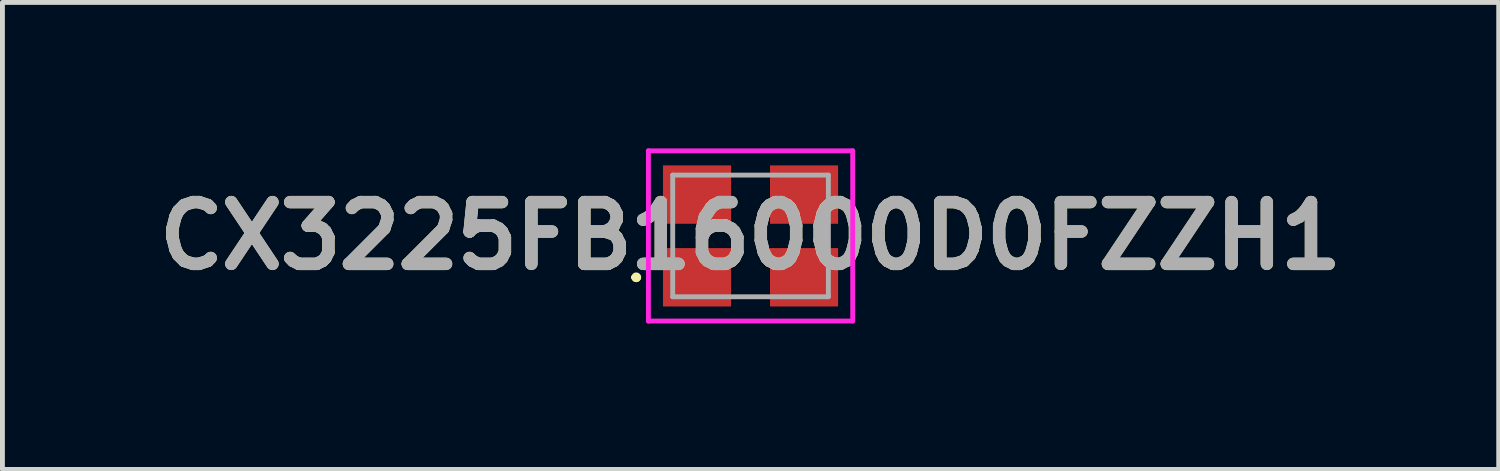
<source format=kicad_pcb>
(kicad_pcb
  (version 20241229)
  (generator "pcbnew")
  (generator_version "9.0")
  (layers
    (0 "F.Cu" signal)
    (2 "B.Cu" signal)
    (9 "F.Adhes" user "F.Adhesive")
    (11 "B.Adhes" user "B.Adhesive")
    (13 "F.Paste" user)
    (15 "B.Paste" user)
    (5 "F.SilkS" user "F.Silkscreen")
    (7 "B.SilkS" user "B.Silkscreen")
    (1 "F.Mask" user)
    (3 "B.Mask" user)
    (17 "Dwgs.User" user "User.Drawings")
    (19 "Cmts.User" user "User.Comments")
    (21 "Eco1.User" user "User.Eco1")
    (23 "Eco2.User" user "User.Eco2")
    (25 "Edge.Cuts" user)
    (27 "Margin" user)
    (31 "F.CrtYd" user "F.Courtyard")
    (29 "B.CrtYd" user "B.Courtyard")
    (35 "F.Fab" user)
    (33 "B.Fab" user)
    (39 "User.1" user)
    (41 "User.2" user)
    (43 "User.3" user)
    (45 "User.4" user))
  (footprint "CX3225FB16000D0FZZH1"
    (layer "F.Cu")
    (at 12.379 1.8)
    (property "Reference" "CX3225FB16000D0FZZH1" (at 0 0 0) (layer "F.SilkS") (effects (font (size 1.27 1.27) (thickness 0.254))))
    (attr smd)
    (fp_line (start -2.4 0.85) (end -2.4 0.85) (stroke (width 0.1) (type solid)) (layer "F.SilkS"))
    (fp_line (start -2.4 0.85) (end -2.4 0.85) (stroke (width 0.1) (type solid)) (layer "F.SilkS"))
    (fp_line (start -2.3 0.85) (end -2.3 0.85) (stroke (width 0.1) (type solid)) (layer "F.SilkS"))
    (fp_arc (start -2.4 0.85) (mid -2.35 0.8) (end -2.3 0.85) (stroke (width 0.1) (type solid)) (layer "F.SilkS"))
    (fp_arc (start -2.3 0.85) (mid -2.35 0.9) (end -2.4 0.85) (stroke (width 0.1) (type solid)) (layer "F.SilkS"))
    (fp_arc (start -2.3 0.85) (mid -2.35 0.9) (end -2.4 0.85) (stroke (width 0.1) (type solid)) (layer "F.SilkS"))
    (fp_line (start -2.1 -1.75) (end 2.1 -1.75) (stroke (width 0.1) (type solid)) (layer "F.CrtYd"))
    (fp_line (start -2.1 1.75) (end -2.1 -1.75) (stroke (width 0.1) (type solid)) (layer "F.CrtYd"))
    (fp_line (start 2.1 -1.75) (end 2.1 1.75) (stroke (width 0.1) (type solid)) (layer "F.CrtYd"))
    (fp_line (start 2.1 1.75) (end -2.1 1.75) (stroke (width 0.1) (type solid)) (layer "F.CrtYd"))
    (fp_line (start -1.6 -1.25) (end -1.6 1.25) (stroke (width 0.1) (type solid)) (layer "F.Fab"))
    (fp_line (start -1.6 1.25) (end 1.6 1.25) (stroke (width 0.1) (type solid)) (layer "F.Fab"))
    (fp_line (start 1.6 -1.25) (end -1.6 -1.25) (stroke (width 0.1) (type solid)) (layer "F.Fab"))
    (fp_line (start 1.6 1.25) (end 1.6 -1.25) (stroke (width 0.1) (type solid)) (layer "F.Fab"))
    (fp_text user "${REFERENCE}" (at 0 0 0) (layer "F.Fab") (effects (font (size 1.27 1.27) (thickness 0.254))))
    (pad "1" smd rect (at -1.1 0.85 90) (size 1.2 1.4) (layers "F.Cu" "F.Mask" "F.Paste"))
    (pad "2" smd rect (at 1.1 0.85 90) (size 1.2 1.4) (layers "F.Cu" "F.Mask" "F.Paste"))
    (pad "3" smd rect (at 1.1 -0.85 90) (size 1.2 1.4) (layers "F.Cu" "F.Mask" "F.Paste"))
    (pad "4" smd rect (at -1.1 -0.85 90) (size 1.2 1.4) (layers "F.Cu" "F.Mask" "F.Paste")))
  (gr_rect
    (start -3 -3)
    (end 27.759 6.6)
    (stroke (width 0.1) (type default))
    (fill no)
    (layer "Edge.Cuts")))
</source>
